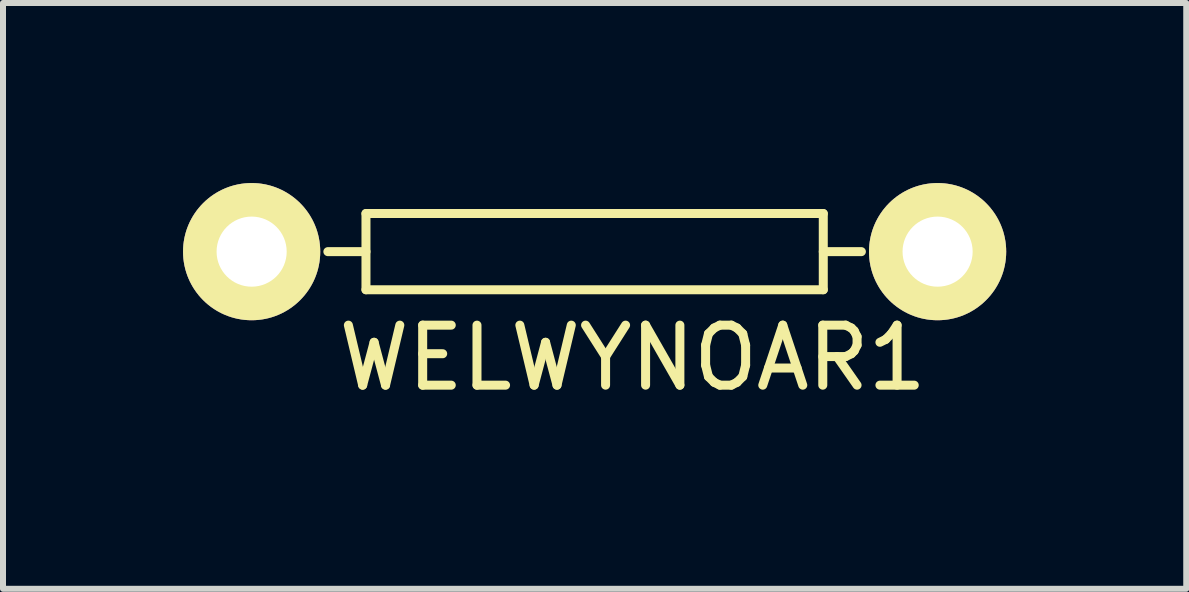
<source format=kicad_pcb>
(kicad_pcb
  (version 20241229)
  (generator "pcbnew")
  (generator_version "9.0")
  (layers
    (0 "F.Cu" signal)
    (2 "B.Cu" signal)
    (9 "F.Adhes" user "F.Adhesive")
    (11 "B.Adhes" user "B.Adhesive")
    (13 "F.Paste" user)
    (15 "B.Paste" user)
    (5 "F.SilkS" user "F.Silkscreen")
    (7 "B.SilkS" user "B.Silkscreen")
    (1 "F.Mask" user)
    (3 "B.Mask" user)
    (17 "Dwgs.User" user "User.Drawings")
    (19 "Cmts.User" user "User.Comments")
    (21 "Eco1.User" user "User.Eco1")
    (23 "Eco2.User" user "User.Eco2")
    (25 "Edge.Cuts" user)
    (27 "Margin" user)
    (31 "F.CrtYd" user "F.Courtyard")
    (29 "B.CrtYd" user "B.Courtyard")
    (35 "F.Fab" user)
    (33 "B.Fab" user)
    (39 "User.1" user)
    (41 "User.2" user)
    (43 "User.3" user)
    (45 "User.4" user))
  (footprint "WELWYNOAR1"
    (layer "F.Cu")
    (at 6.858 1.143)
    (property "Reference" "WELWYNOAR1" (at 0.635 1.77 0) (layer "F.SilkS") (effects (font (size 1 1) (thickness 0.15))))
    (attr through_hole)
    (fp_line (start -4.445 0) (end -3.81 0) (stroke (width 0.15) (type solid)) (layer "F.SilkS"))
    (fp_line (start -3.81 -0.635) (end 3.81 -0.635) (stroke (width 0.15) (type solid)) (layer "F.SilkS"))
    (fp_line (start -3.81 0.635) (end -3.81 -0.635) (stroke (width 0.15) (type solid)) (layer "F.SilkS"))
    (fp_line (start 3.81 -0.635) (end 3.81 0.635) (stroke (width 0.15) (type solid)) (layer "F.SilkS"))
    (fp_line (start 3.81 0) (end 4.445 0) (stroke (width 0.15) (type solid)) (layer "F.SilkS"))
    (fp_line (start 3.81 0.635) (end -3.81 0.635) (stroke (width 0.15) (type solid)) (layer "F.SilkS"))
    (pad "1" thru_hole circle (at -5.715 0) (size 2.286 2.286) (drill 1.168) (layers "*.Cu" "*.Mask" "F.SilkS"))
    (pad "2" thru_hole circle (at 5.715 0) (size 2.286 2.286) (drill 1.168) (layers "*.Cu" "*.Mask" "F.SilkS")))
  (gr_rect
    (start -3 -3)
    (end 16.716 6.761)
    (stroke (width 0.1) (type default))
    (fill no)
    (layer "Edge.Cuts")))
</source>
